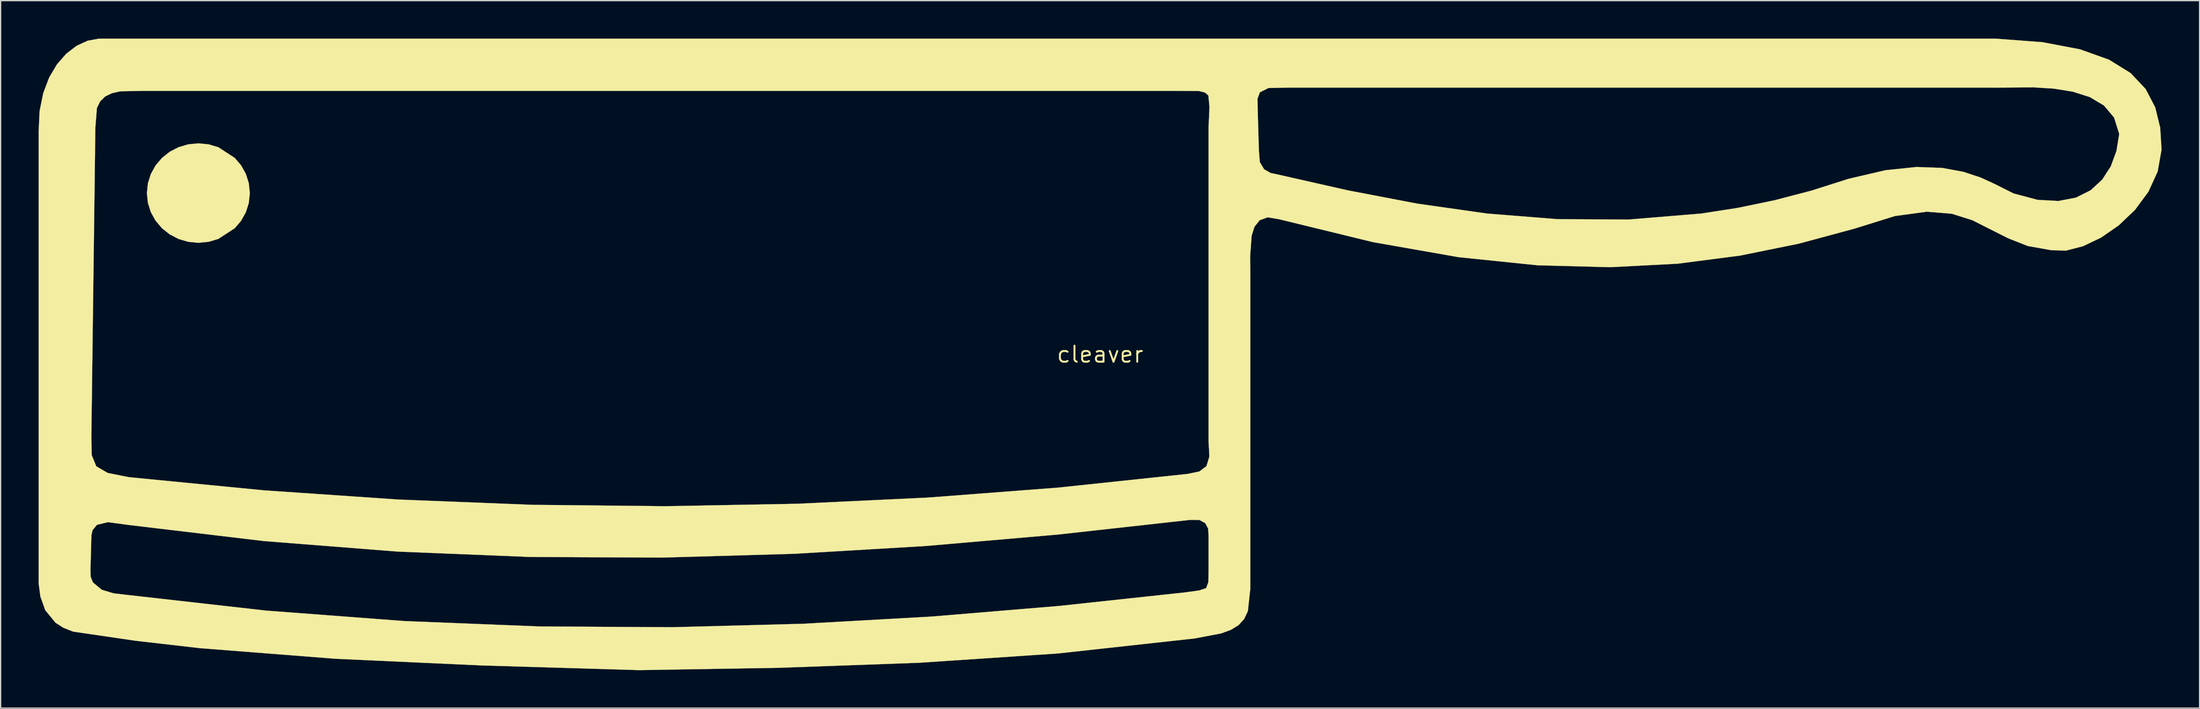
<source format=kicad_pcb>
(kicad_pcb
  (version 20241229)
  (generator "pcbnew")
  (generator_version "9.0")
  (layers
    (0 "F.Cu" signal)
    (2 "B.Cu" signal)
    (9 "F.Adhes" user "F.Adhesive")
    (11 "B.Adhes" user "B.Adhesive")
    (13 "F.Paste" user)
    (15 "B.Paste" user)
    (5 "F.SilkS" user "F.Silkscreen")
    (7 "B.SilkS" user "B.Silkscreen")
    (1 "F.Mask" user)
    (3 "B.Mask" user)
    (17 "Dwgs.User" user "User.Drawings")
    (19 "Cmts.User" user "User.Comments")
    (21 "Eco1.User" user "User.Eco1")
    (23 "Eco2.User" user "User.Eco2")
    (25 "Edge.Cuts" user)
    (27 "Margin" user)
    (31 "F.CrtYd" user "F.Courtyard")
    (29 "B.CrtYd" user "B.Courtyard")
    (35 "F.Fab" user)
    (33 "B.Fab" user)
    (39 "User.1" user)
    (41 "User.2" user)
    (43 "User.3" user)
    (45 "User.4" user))
  (footprint "cleaver"
    (layer "F.Cu")
    (at 83.865 24.965)
    (property "Reference" "cleaver" (at 0 0 0) (layer "F.SilkS") (effects (font (size 1.27 1.27) (thickness 0.15))))
    (attr through_hole)
    (fp_poly (pts (xy -67.178 -12.752) (xy -67.26 -11.96) (xy -67.497 -11.222) (xy -67.872 -10.555) (xy -68.369 -9.973) (xy -69.661 -9.131) (xy -70.424 -8.902) (xy -71.243 -8.822) (xy -72.04 -8.898) (xy -72.799 -9.121) (xy -73.499 -9.482) (xy -74.118 -9.973) (xy -74.626 -10.572) (xy -74.999 -11.248) (xy -75.23 -11.982) (xy -75.309 -12.752) (xy -75.23 -13.523) (xy -74.999 -14.256) (xy -74.626 -14.933) (xy -74.118 -15.531) (xy -73.499 -16.022) (xy -72.799 -16.383) (xy -72.04 -16.606) (xy -71.243 -16.683) (xy -70.424 -16.603) (xy -69.661 -16.374) (xy -68.369 -15.531) (xy -67.872 -14.95) (xy -67.497 -14.282) (xy -67.26 -13.544) (xy -67.178 -12.752)) (stroke (width 0.01) (type solid)) (fill yes) (layer "F.SilkS"))
    (fp_poly (pts (xy -36.453 24.96) (xy -48.862 24.59) (xy -60.372 24.065) (xy -71.094 23.226) (xy -76.194 22.64) (xy -81.138 21.916) (xy -81.918 21.607) (xy -82.531 21.209) (xy -83.337 20.228) (xy -83.724 19.142) (xy -83.86 18.115) (xy -83.86 -17.639) (xy -83.786 -19.238) (xy -83.497 -20.661) (xy -83.027 -21.898) (xy -82.408 -22.94) (xy -81.673 -23.777) (xy -80.855 -24.399) (xy -79.987 -24.797) (xy -79.101 -24.96) (xy 70.749 -24.96) (xy 74.453 -24.68) (xy 77.414 -24.117) (xy 79.708 -23.296) (xy 81.413 -22.241) (xy 82.604 -20.978) (xy 83.358 -19.532) (xy 83.751 -17.928) (xy 80.515 -17.424) (xy 80.112 -18.716) (xy 79.312 -19.671) (xy 78.196 -20.338) (xy 76.847 -20.767) (xy 75.346 -21.008) (xy 73.775 -21.108) (xy 70.749 -21.088) (xy 14.767 -21.088) (xy 13.304 -21.057) (xy 12.622 -20.718) (xy 12.431 -20.193) (xy 12.443 -19.605) (xy 12.543 -16.16) (xy 12.617 -15.204) (xy 12.958 -14.632) (xy 13.475 -14.338) (xy 14.077 -14.211) (xy 19.552 -12.972) (xy 25.051 -11.919) (xy 30.586 -11.132) (xy 36.165 -10.688) (xy 41.799 -10.663) (xy 47.498 -11.135) (xy 50.376 -11.582) (xy 53.273 -12.182) (xy 56.192 -12.945) (xy 59.133 -13.88) (xy 62.037 -14.557) (xy 64.484 -14.814) (xy 66.522 -14.742) (xy 68.196 -14.435) (xy 69.553 -13.987) (xy 70.639 -13.489) (xy 72.179 -12.718) (xy 74.063 -12.218) (xy 75.702 -12.126) (xy 77.097 -12.393) (xy 78.252 -12.972) (xy 79.169 -13.813) (xy 79.85 -14.867) (xy 80.298 -16.087) (xy 80.515 -17.424) (xy 83.751 -17.928) (xy 83.86 -16.191) (xy 83.554 -14.459) (xy 82.82 -12.855) (xy 81.761 -11.422) (xy 80.478 -10.199) (xy 79.074 -9.228) (xy 77.65 -8.549) (xy 76.308 -8.204) (xy 75.151 -8.234) (xy 73.285 -8.569) (xy 71.734 -9.181) (xy 68.902 -10.611) (xy 67.284 -11.118) (xy 65.306 -11.279) (xy 62.798 -10.937) (xy 59.593 -9.939) (xy 55.202 -8.753) (xy 50.564 -7.809) (xy 45.619 -7.168) (xy 40.304 -6.892) (xy 34.56 -7.043) (xy 28.327 -7.684) (xy 21.543 -8.876) (xy 14.148 -10.682) (xy 13.239 -10.835) (xy 12.605 -10.606) (xy 12.199 -10.09) (xy 11.971 -9.379) (xy 11.854 -7.752) (xy 11.866 -6.473) (xy 11.866 18.53) (xy 11.674 20.297) (xy 11.378 20.921) (xy 10.935 21.406) (xy 10.333 21.776) (xy 9.562 22.058) (xy 7.468 22.457) (xy 6.703 18.815) (xy 7.829 18.661) (xy 8.376 18.477) (xy 8.553 18.006) (xy 8.566 16.995) (xy 8.566 14.334) (xy 8.538 13.777) (xy 8.307 13.342) (xy 7.842 13.09) (xy 7.111 13.084) (xy 6.897 9.451) (xy 7.837 9.256) (xy 8.403 8.832) (xy 8.633 8.065) (xy 8.566 6.845) (xy 8.566 -17.932) (xy 8.641 -19.561) (xy 8.553 -20.46) (xy 8.294 -20.696) (xy 7.808 -20.82) (xy 5.907 -20.83) (xy -75.618 -20.83) (xy -77.397 -20.798) (xy -78.07 -20.648) (xy -78.604 -20.389) (xy -78.999 -20.003) (xy -79.259 -19.476) (xy -79.382 -17.931) (xy -79.698 6.596) (xy -79.666 7.971) (xy -79.31 8.845) (xy -78.408 9.372) (xy -76.739 9.706) (xy -66.062 10.747) (xy -55.438 11.475) (xy -44.872 11.892) (xy -34.37 12.002) (xy -23.937 11.809) (xy -13.579 11.318) (xy -3.299 10.53) (xy 6.897 9.451) (xy 7.111 13.084) (xy -3.348 14.244) (xy -13.766 15.148) (xy -24.166 15.764) (xy -34.572 16.063) (xy -45.008 16.015) (xy -55.499 15.59) (xy -66.067 14.757) (xy -76.739 13.486) (xy -78.391 13.264) (xy -79.258 13.476) (xy -79.603 13.897) (xy -79.693 14.3) (xy -79.768 17.039) (xy -79.749 17.595) (xy -79.57 18.032) (xy -78.869 18.61) (xy -77.938 18.89) (xy -77.051 18.994) (xy -65.895 20.254) (xy -54.979 21.081) (xy -44.282 21.508) (xy -33.781 21.568) (xy -23.454 21.295) (xy -13.279 20.723) (xy -3.234 19.886) (xy 6.703 18.816) (xy 6.703 18.815) (xy 7.468 22.457) (xy -3.338 23.644) (xy -14.285 24.378) (xy -25.336 24.776) (xy -36.453 24.96)) (stroke (width 0.01) (type solid)) (fill yes) (layer "F.SilkS")))
  (gr_rect
    (start -3 -3)
    (end 170.73 52.93)
    (stroke (width 0.1) (type default))
    (fill no)
    (layer "Edge.Cuts")))
</source>
